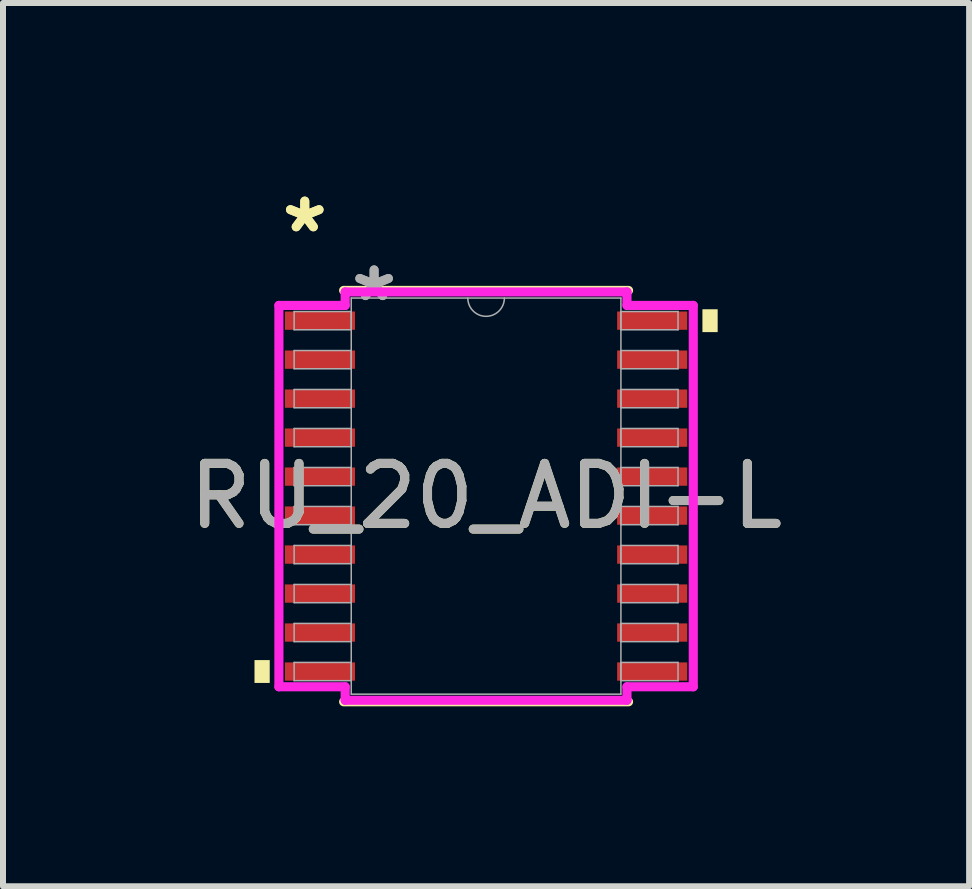
<source format=kicad_pcb>
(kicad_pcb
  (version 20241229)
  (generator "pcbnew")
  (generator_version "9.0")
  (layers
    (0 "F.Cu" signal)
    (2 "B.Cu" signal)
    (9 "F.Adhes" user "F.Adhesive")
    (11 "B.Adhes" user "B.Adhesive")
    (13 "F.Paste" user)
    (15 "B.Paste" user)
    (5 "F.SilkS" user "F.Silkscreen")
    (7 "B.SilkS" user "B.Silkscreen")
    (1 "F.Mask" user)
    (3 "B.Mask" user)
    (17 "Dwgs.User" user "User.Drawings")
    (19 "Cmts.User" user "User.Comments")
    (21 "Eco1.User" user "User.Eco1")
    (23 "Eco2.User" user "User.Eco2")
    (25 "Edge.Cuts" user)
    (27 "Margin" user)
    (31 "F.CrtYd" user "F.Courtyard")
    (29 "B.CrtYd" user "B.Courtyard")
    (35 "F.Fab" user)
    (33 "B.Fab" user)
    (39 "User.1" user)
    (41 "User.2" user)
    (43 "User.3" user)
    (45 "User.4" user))
  (footprint "RU_20_ADI-L"
    (layer "F.Cu")
    (at 5.054 5.221)
    (property "Reference" "RU_20_ADI-L" (at 0 0 0) (unlocked yes) (layer "F.SilkS") (effects (font (size 1 1) (thickness 0.15))))
    (attr smd)
    (fp_line (start -2.375 3.429) (end 2.375 3.429) (stroke (width 0.152) (type solid)) (layer "F.SilkS"))
    (fp_line (start 2.375 -3.429) (end -2.375 -3.429) (stroke (width 0.152) (type solid)) (layer "F.SilkS"))
    (fp_poly (pts (xy -3.861 2.734) (xy -3.861 3.115) (xy -3.607 3.115) (xy -3.607 2.734)) (stroke (width 0) (type solid)) (fill yes) (layer "F.SilkS"))
    (fp_poly (pts (xy 3.861 -3.115) (xy 3.861 -2.734) (xy 3.607 -2.734) (xy 3.607 -3.115)) (stroke (width 0) (type solid)) (fill yes) (layer "F.SilkS"))
    (fp_line (start -3.454 -3.179) (end -2.349 -3.179) (stroke (width 0.152) (type solid)) (layer "F.CrtYd"))
    (fp_line (start -3.454 3.179) (end -3.454 -3.179) (stroke (width 0.152) (type solid)) (layer "F.CrtYd"))
    (fp_line (start -3.454 3.179) (end -2.349 3.179) (stroke (width 0.152) (type solid)) (layer "F.CrtYd"))
    (fp_line (start -2.349 -3.404) (end 2.349 -3.404) (stroke (width 0.152) (type solid)) (layer "F.CrtYd"))
    (fp_line (start -2.349 -3.179) (end -2.349 -3.404) (stroke (width 0.152) (type solid)) (layer "F.CrtYd"))
    (fp_line (start -2.349 3.404) (end -2.349 3.179) (stroke (width 0.152) (type solid)) (layer "F.CrtYd"))
    (fp_line (start 2.349 -3.404) (end 2.349 -3.179) (stroke (width 0.152) (type solid)) (layer "F.CrtYd"))
    (fp_line (start 2.349 3.179) (end 2.349 3.404) (stroke (width 0.152) (type solid)) (layer "F.CrtYd"))
    (fp_line (start 2.349 3.404) (end -2.349 3.404) (stroke (width 0.152) (type solid)) (layer "F.CrtYd"))
    (fp_line (start 3.454 -3.179) (end 2.349 -3.179) (stroke (width 0.152) (type solid)) (layer "F.CrtYd"))
    (fp_line (start 3.454 -3.179) (end 3.454 3.179) (stroke (width 0.152) (type solid)) (layer "F.CrtYd"))
    (fp_line (start 3.454 3.179) (end 2.349 3.179) (stroke (width 0.152) (type solid)) (layer "F.CrtYd"))
    (fp_line (start -3.2 -3.077) (end -3.2 -2.773) (stroke (width 0.025) (type solid)) (layer "F.Fab"))
    (fp_line (start -3.2 -2.773) (end -2.248 -2.773) (stroke (width 0.025) (type solid)) (layer "F.Fab"))
    (fp_line (start -3.2 -2.427) (end -3.2 -2.123) (stroke (width 0.025) (type solid)) (layer "F.Fab"))
    (fp_line (start -3.2 -2.123) (end -2.248 -2.123) (stroke (width 0.025) (type solid)) (layer "F.Fab"))
    (fp_line (start -3.2 -1.777) (end -3.2 -1.473) (stroke (width 0.025) (type solid)) (layer "F.Fab"))
    (fp_line (start -3.2 -1.473) (end -2.248 -1.473) (stroke (width 0.025) (type solid)) (layer "F.Fab"))
    (fp_line (start -3.2 -1.127) (end -3.2 -0.823) (stroke (width 0.025) (type solid)) (layer "F.Fab"))
    (fp_line (start -3.2 -0.823) (end -2.248 -0.823) (stroke (width 0.025) (type solid)) (layer "F.Fab"))
    (fp_line (start -3.2 -0.477) (end -3.2 -0.173) (stroke (width 0.025) (type solid)) (layer "F.Fab"))
    (fp_line (start -3.2 -0.173) (end -2.248 -0.173) (stroke (width 0.025) (type solid)) (layer "F.Fab"))
    (fp_line (start -3.2 0.173) (end -3.2 0.477) (stroke (width 0.025) (type solid)) (layer "F.Fab"))
    (fp_line (start -3.2 0.477) (end -2.248 0.477) (stroke (width 0.025) (type solid)) (layer "F.Fab"))
    (fp_line (start -3.2 0.823) (end -3.2 1.127) (stroke (width 0.025) (type solid)) (layer "F.Fab"))
    (fp_line (start -3.2 1.127) (end -2.248 1.127) (stroke (width 0.025) (type solid)) (layer "F.Fab"))
    (fp_line (start -3.2 1.473) (end -3.2 1.777) (stroke (width 0.025) (type solid)) (layer "F.Fab"))
    (fp_line (start -3.2 1.777) (end -2.248 1.777) (stroke (width 0.025) (type solid)) (layer "F.Fab"))
    (fp_line (start -3.2 2.123) (end -3.2 2.427) (stroke (width 0.025) (type solid)) (layer "F.Fab"))
    (fp_line (start -3.2 2.427) (end -2.248 2.427) (stroke (width 0.025) (type solid)) (layer "F.Fab"))
    (fp_line (start -3.2 2.773) (end -3.2 3.077) (stroke (width 0.025) (type solid)) (layer "F.Fab"))
    (fp_line (start -3.2 3.077) (end -2.248 3.077) (stroke (width 0.025) (type solid)) (layer "F.Fab"))
    (fp_line (start -2.248 -3.302) (end -2.248 3.302) (stroke (width 0.025) (type solid)) (layer "F.Fab"))
    (fp_line (start -2.248 -3.077) (end -3.2 -3.077) (stroke (width 0.025) (type solid)) (layer "F.Fab"))
    (fp_line (start -2.248 -2.773) (end -2.248 -3.077) (stroke (width 0.025) (type solid)) (layer "F.Fab"))
    (fp_line (start -2.248 -2.427) (end -3.2 -2.427) (stroke (width 0.025) (type solid)) (layer "F.Fab"))
    (fp_line (start -2.248 -2.123) (end -2.248 -2.427) (stroke (width 0.025) (type solid)) (layer "F.Fab"))
    (fp_line (start -2.248 -1.777) (end -3.2 -1.777) (stroke (width 0.025) (type solid)) (layer "F.Fab"))
    (fp_line (start -2.248 -1.473) (end -2.248 -1.777) (stroke (width 0.025) (type solid)) (layer "F.Fab"))
    (fp_line (start -2.248 -1.127) (end -3.2 -1.127) (stroke (width 0.025) (type solid)) (layer "F.Fab"))
    (fp_line (start -2.248 -0.823) (end -2.248 -1.127) (stroke (width 0.025) (type solid)) (layer "F.Fab"))
    (fp_line (start -2.248 -0.477) (end -3.2 -0.477) (stroke (width 0.025) (type solid)) (layer "F.Fab"))
    (fp_line (start -2.248 -0.173) (end -2.248 -0.477) (stroke (width 0.025) (type solid)) (layer "F.Fab"))
    (fp_line (start -2.248 0.173) (end -3.2 0.173) (stroke (width 0.025) (type solid)) (layer "F.Fab"))
    (fp_line (start -2.248 0.477) (end -2.248 0.173) (stroke (width 0.025) (type solid)) (layer "F.Fab"))
    (fp_line (start -2.248 0.823) (end -3.2 0.823) (stroke (width 0.025) (type solid)) (layer "F.Fab"))
    (fp_line (start -2.248 1.127) (end -2.248 0.823) (stroke (width 0.025) (type solid)) (layer "F.Fab"))
    (fp_line (start -2.248 1.473) (end -3.2 1.473) (stroke (width 0.025) (type solid)) (layer "F.Fab"))
    (fp_line (start -2.248 1.777) (end -2.248 1.473) (stroke (width 0.025) (type solid)) (layer "F.Fab"))
    (fp_line (start -2.248 2.123) (end -3.2 2.123) (stroke (width 0.025) (type solid)) (layer "F.Fab"))
    (fp_line (start -2.248 2.427) (end -2.248 2.123) (stroke (width 0.025) (type solid)) (layer "F.Fab"))
    (fp_line (start -2.248 2.773) (end -3.2 2.773) (stroke (width 0.025) (type solid)) (layer "F.Fab"))
    (fp_line (start -2.248 3.077) (end -2.248 2.773) (stroke (width 0.025) (type solid)) (layer "F.Fab"))
    (fp_line (start -2.248 3.302) (end 2.248 3.302) (stroke (width 0.025) (type solid)) (layer "F.Fab"))
    (fp_line (start 2.248 -3.302) (end -2.248 -3.302) (stroke (width 0.025) (type solid)) (layer "F.Fab"))
    (fp_line (start 2.248 -3.077) (end 2.248 -2.773) (stroke (width 0.025) (type solid)) (layer "F.Fab"))
    (fp_line (start 2.248 -2.773) (end 3.2 -2.773) (stroke (width 0.025) (type solid)) (layer "F.Fab"))
    (fp_line (start 2.248 -2.427) (end 2.248 -2.123) (stroke (width 0.025) (type solid)) (layer "F.Fab"))
    (fp_line (start 2.248 -2.123) (end 3.2 -2.123) (stroke (width 0.025) (type solid)) (layer "F.Fab"))
    (fp_line (start 2.248 -1.777) (end 2.248 -1.473) (stroke (width 0.025) (type solid)) (layer "F.Fab"))
    (fp_line (start 2.248 -1.473) (end 3.2 -1.473) (stroke (width 0.025) (type solid)) (layer "F.Fab"))
    (fp_line (start 2.248 -1.127) (end 2.248 -0.823) (stroke (width 0.025) (type solid)) (layer "F.Fab"))
    (fp_line (start 2.248 -0.823) (end 3.2 -0.823) (stroke (width 0.025) (type solid)) (layer "F.Fab"))
    (fp_line (start 2.248 -0.477) (end 2.248 -0.173) (stroke (width 0.025) (type solid)) (layer "F.Fab"))
    (fp_line (start 2.248 -0.173) (end 3.2 -0.173) (stroke (width 0.025) (type solid)) (layer "F.Fab"))
    (fp_line (start 2.248 0.173) (end 2.248 0.477) (stroke (width 0.025) (type solid)) (layer "F.Fab"))
    (fp_line (start 2.248 0.477) (end 3.2 0.477) (stroke (width 0.025) (type solid)) (layer "F.Fab"))
    (fp_line (start 2.248 0.823) (end 2.248 1.127) (stroke (width 0.025) (type solid)) (layer "F.Fab"))
    (fp_line (start 2.248 1.127) (end 3.2 1.127) (stroke (width 0.025) (type solid)) (layer "F.Fab"))
    (fp_line (start 2.248 1.473) (end 2.248 1.777) (stroke (width 0.025) (type solid)) (layer "F.Fab"))
    (fp_line (start 2.248 1.777) (end 3.2 1.777) (stroke (width 0.025) (type solid)) (layer "F.Fab"))
    (fp_line (start 2.248 2.123) (end 2.248 2.427) (stroke (width 0.025) (type solid)) (layer "F.Fab"))
    (fp_line (start 2.248 2.427) (end 3.2 2.427) (stroke (width 0.025) (type solid)) (layer "F.Fab"))
    (fp_line (start 2.248 2.773) (end 2.248 3.077) (stroke (width 0.025) (type solid)) (layer "F.Fab"))
    (fp_line (start 2.248 3.077) (end 3.2 3.077) (stroke (width 0.025) (type solid)) (layer "F.Fab"))
    (fp_line (start 2.248 3.302) (end 2.248 -3.302) (stroke (width 0.025) (type solid)) (layer "F.Fab"))
    (fp_line (start 3.2 -3.077) (end 2.248 -3.077) (stroke (width 0.025) (type solid)) (layer "F.Fab"))
    (fp_line (start 3.2 -2.773) (end 3.2 -3.077) (stroke (width 0.025) (type solid)) (layer "F.Fab"))
    (fp_line (start 3.2 -2.427) (end 2.248 -2.427) (stroke (width 0.025) (type solid)) (layer "F.Fab"))
    (fp_line (start 3.2 -2.123) (end 3.2 -2.427) (stroke (width 0.025) (type solid)) (layer "F.Fab"))
    (fp_line (start 3.2 -1.777) (end 2.248 -1.777) (stroke (width 0.025) (type solid)) (layer "F.Fab"))
    (fp_line (start 3.2 -1.473) (end 3.2 -1.777) (stroke (width 0.025) (type solid)) (layer "F.Fab"))
    (fp_line (start 3.2 -1.127) (end 2.248 -1.127) (stroke (width 0.025) (type solid)) (layer "F.Fab"))
    (fp_line (start 3.2 -0.823) (end 3.2 -1.127) (stroke (width 0.025) (type solid)) (layer "F.Fab"))
    (fp_line (start 3.2 -0.477) (end 2.248 -0.477) (stroke (width 0.025) (type solid)) (layer "F.Fab"))
    (fp_line (start 3.2 -0.173) (end 3.2 -0.477) (stroke (width 0.025) (type solid)) (layer "F.Fab"))
    (fp_line (start 3.2 0.173) (end 2.248 0.173) (stroke (width 0.025) (type solid)) (layer "F.Fab"))
    (fp_line (start 3.2 0.477) (end 3.2 0.173) (stroke (width 0.025) (type solid)) (layer "F.Fab"))
    (fp_line (start 3.2 0.823) (end 2.248 0.823) (stroke (width 0.025) (type solid)) (layer "F.Fab"))
    (fp_line (start 3.2 1.127) (end 3.2 0.823) (stroke (width 0.025) (type solid)) (layer "F.Fab"))
    (fp_line (start 3.2 1.473) (end 2.248 1.473) (stroke (width 0.025) (type solid)) (layer "F.Fab"))
    (fp_line (start 3.2 1.777) (end 3.2 1.473) (stroke (width 0.025) (type solid)) (layer "F.Fab"))
    (fp_line (start 3.2 2.123) (end 2.248 2.123) (stroke (width 0.025) (type solid)) (layer "F.Fab"))
    (fp_line (start 3.2 2.427) (end 3.2 2.123) (stroke (width 0.025) (type solid)) (layer "F.Fab"))
    (fp_line (start 3.2 2.773) (end 2.248 2.773) (stroke (width 0.025) (type solid)) (layer "F.Fab"))
    (fp_line (start 3.2 3.077) (end 3.2 2.773) (stroke (width 0.025) (type solid)) (layer "F.Fab"))
    (fp_arc (start 0.3048 -3.302) (mid 0 -2.9972) (end -0.3048 -3.302) (stroke (width 0.0254) (type solid)) (layer "F.Fab"))
    (fp_text user "*" (at -3.023 -4.373 0) (layer "F.SilkS") (effects (font (size 1 1) (thickness 0.15))))
    (fp_text user "*" (at -3.023 -4.373 0) (unlocked yes) (layer "F.SilkS") (effects (font (size 1 1) (thickness 0.15))))
    (fp_text user "*" (at -1.867 -3.226 0) (unlocked yes) (layer "F.Fab") (effects (font (size 1 1) (thickness 0.15))))
    (fp_text user "${REFERENCE}" (at 0 0 0) (unlocked yes) (layer "F.Fab") (effects (font (size 1 1) (thickness 0.15))))
    (fp_text user "*" (at -1.867 -3.226 0) (layer "F.Fab") (effects (font (size 1 1) (thickness 0.15))))
    (pad "1" smd rect (at -2.769 -2.925) (size 1.168 0.305) (layers "F.Cu" "F.Mask" "F.Paste"))
    (pad "2" smd rect (at -2.769 -2.275) (size 1.168 0.305) (layers "F.Cu" "F.Mask" "F.Paste"))
    (pad "3" smd rect (at -2.769 -1.625) (size 1.168 0.305) (layers "F.Cu" "F.Mask" "F.Paste"))
    (pad "4" smd rect (at -2.769 -0.975) (size 1.168 0.305) (layers "F.Cu" "F.Mask" "F.Paste"))
    (pad "5" smd rect (at -2.769 -0.325) (size 1.168 0.305) (layers "F.Cu" "F.Mask" "F.Paste"))
    (pad "6" smd rect (at -2.769 0.325) (size 1.168 0.305) (layers "F.Cu" "F.Mask" "F.Paste"))
    (pad "7" smd rect (at -2.769 0.975) (size 1.168 0.305) (layers "F.Cu" "F.Mask" "F.Paste"))
    (pad "8" smd rect (at -2.769 1.625) (size 1.168 0.305) (layers "F.Cu" "F.Mask" "F.Paste"))
    (pad "9" smd rect (at -2.769 2.275) (size 1.168 0.305) (layers "F.Cu" "F.Mask" "F.Paste"))
    (pad "10" smd rect (at -2.769 2.925) (size 1.168 0.305) (layers "F.Cu" "F.Mask" "F.Paste"))
    (pad "11" smd rect (at 2.769 2.925) (size 1.168 0.305) (layers "F.Cu" "F.Mask" "F.Paste"))
    (pad "12" smd rect (at 2.769 2.275) (size 1.168 0.305) (layers "F.Cu" "F.Mask" "F.Paste"))
    (pad "13" smd rect (at 2.769 1.625) (size 1.168 0.305) (layers "F.Cu" "F.Mask" "F.Paste"))
    (pad "14" smd rect (at 2.769 0.975) (size 1.168 0.305) (layers "F.Cu" "F.Mask" "F.Paste"))
    (pad "15" smd rect (at 2.769 0.325) (size 1.168 0.305) (layers "F.Cu" "F.Mask" "F.Paste"))
    (pad "16" smd rect (at 2.769 -0.325) (size 1.168 0.305) (layers "F.Cu" "F.Mask" "F.Paste"))
    (pad "17" smd rect (at 2.769 -0.975) (size 1.168 0.305) (layers "F.Cu" "F.Mask" "F.Paste"))
    (pad "18" smd rect (at 2.769 -1.625) (size 1.168 0.305) (layers "F.Cu" "F.Mask" "F.Paste"))
    (pad "19" smd rect (at 2.769 -2.275) (size 1.168 0.305) (layers "F.Cu" "F.Mask" "F.Paste"))
    (pad "20" smd rect (at 2.769 -2.925) (size 1.168 0.305) (layers "F.Cu" "F.Mask" "F.Paste")))
  (gr_rect
    (start -3 -3)
    (end 13.107 11.726)
    (stroke (width 0.1) (type default))
    (fill no)
    (layer "Edge.Cuts")))
</source>
